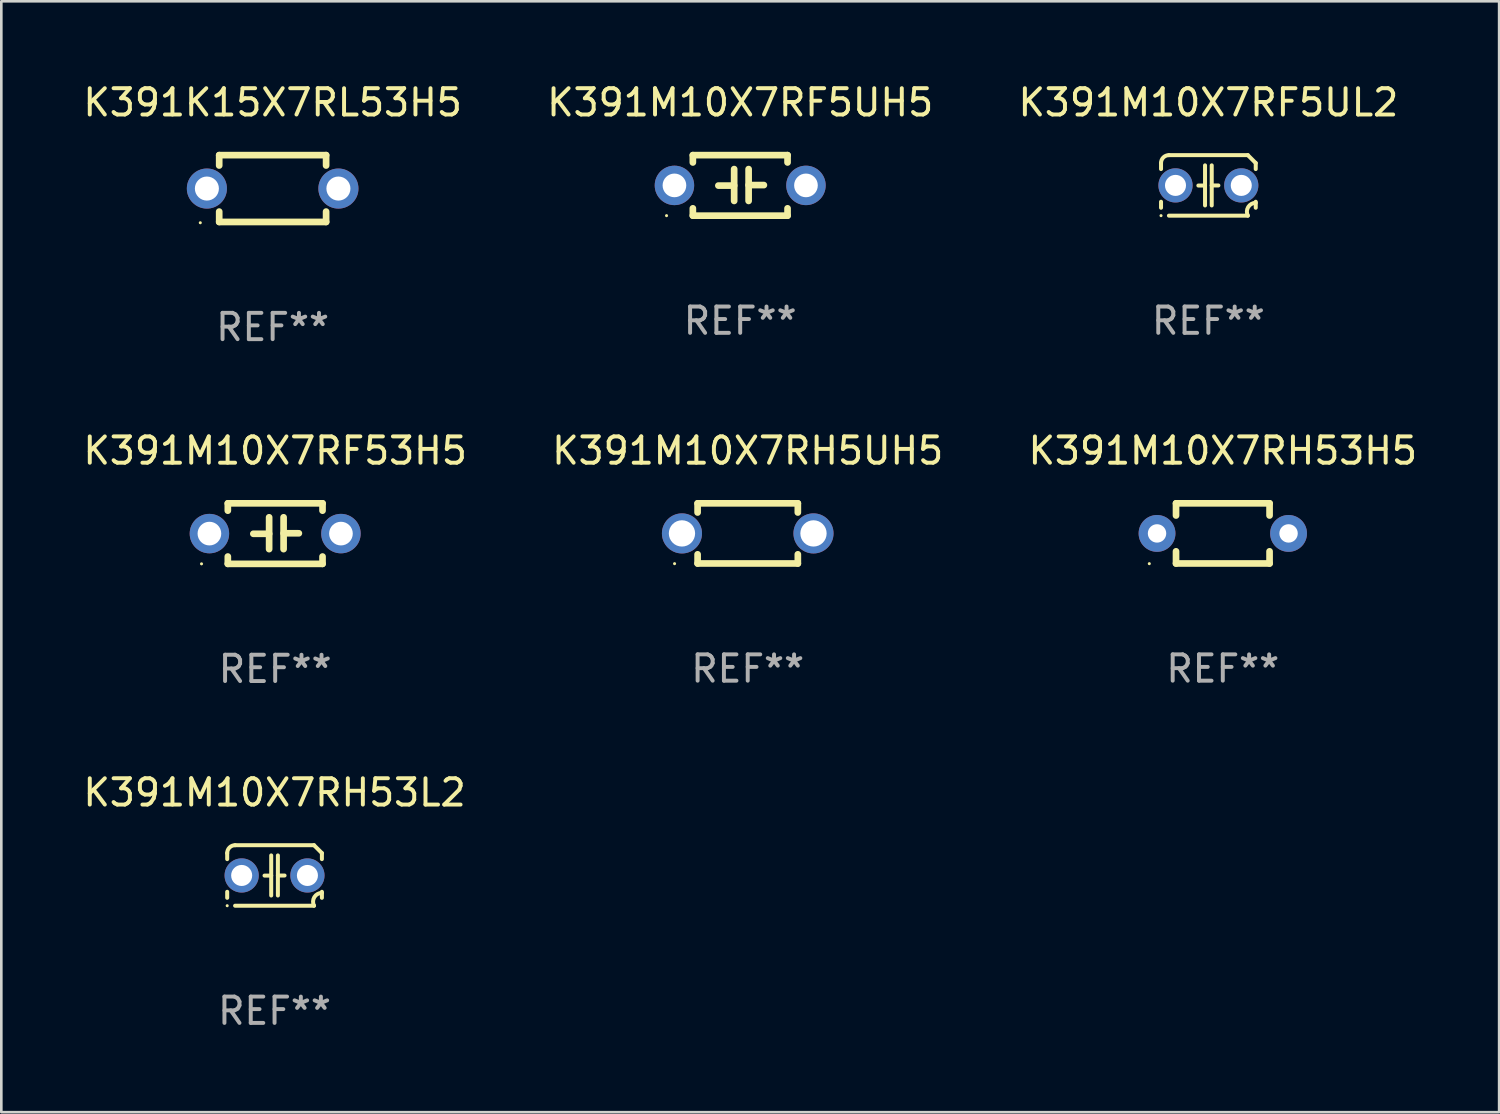
<source format=kicad_pcb>
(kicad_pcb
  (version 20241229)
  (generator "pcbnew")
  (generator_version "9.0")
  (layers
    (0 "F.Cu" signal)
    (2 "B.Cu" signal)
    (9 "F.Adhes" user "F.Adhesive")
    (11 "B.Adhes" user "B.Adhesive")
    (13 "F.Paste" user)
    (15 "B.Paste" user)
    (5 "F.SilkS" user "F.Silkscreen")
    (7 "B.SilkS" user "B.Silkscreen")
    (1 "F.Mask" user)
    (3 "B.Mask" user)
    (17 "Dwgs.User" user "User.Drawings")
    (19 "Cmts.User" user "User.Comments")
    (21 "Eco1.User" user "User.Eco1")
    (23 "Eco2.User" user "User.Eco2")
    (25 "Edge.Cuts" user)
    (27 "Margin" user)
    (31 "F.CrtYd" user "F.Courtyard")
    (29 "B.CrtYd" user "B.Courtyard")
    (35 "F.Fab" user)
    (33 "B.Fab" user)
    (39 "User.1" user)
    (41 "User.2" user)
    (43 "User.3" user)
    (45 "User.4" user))
  (footprint "K391M10X7RH53L2"
    (layer "F.Cu")
    (at 7.387 30.231)
    (property "Reference" "K391M10X7RH53L2" (at 0 -3.15 0) (layer "F.SilkS") (effects (font (size 1 1) (thickness 0.15))))
    (attr through_hole)
    (fp_line (start -1.8 -0.621) (end -1.8 -0.85) (stroke (width 0.152) (type solid)) (layer "F.SilkS"))
    (fp_line (start -1.8 0.85) (end -1.8 0.621) (stroke (width 0.152) (type solid)) (layer "F.SilkS"))
    (fp_line (start -1.5 -1.15) (end 1.5 -1.15) (stroke (width 0.152) (type solid)) (layer "F.SilkS"))
    (fp_line (start -0.127 -0.762) (end -0.127 0.762) (stroke (width 0.152) (type solid)) (layer "F.SilkS"))
    (fp_line (start -0.127 0.005) (end -0.381 0.005) (stroke (width 0.152) (type solid)) (layer "F.SilkS"))
    (fp_line (start 0.127 -0.762) (end 0.127 0.762) (stroke (width 0.152) (type solid)) (layer "F.SilkS"))
    (fp_line (start 0.127 0.002) (end 0.381 0.002) (stroke (width 0.152) (type solid)) (layer "F.SilkS"))
    (fp_line (start 1.5 1.15) (end -1.5 1.15) (stroke (width 0.152) (type solid)) (layer "F.SilkS"))
    (fp_line (start 1.8 -0.85) (end 1.8 -0.621) (stroke (width 0.152) (type solid)) (layer "F.SilkS"))
    (fp_line (start 1.8 0.621) (end 1.8 0.85) (stroke (width 0.152) (type solid)) (layer "F.SilkS"))
    (fp_arc (start -1.799975 -0.849987) (mid -1.712107 -1.062119) (end -1.499975 -1.149987) (stroke (width 0.151994) (type solid)) (layer "F.SilkS"))
    (fp_arc (start 1.499975 1.149987) (mid 1.513726 0.822359) (end 1.799975 0.662387) (stroke (width 0.151994) (type solid)) (layer "F.SilkS"))
    (fp_arc (start 1.500001 -1.149986) (mid 1.650015 -1.000001) (end 1.8 -0.849987) (stroke (width 0.151994) (type solid)) (layer "F.SilkS"))
    (fp_circle (center -1.8 1.15) (end -1.77 1.15) (stroke (width 0.06) (type solid)) (fill no) (layer "F.SilkS"))
    (fp_text user "REF**" (at 0 5.15 0) (layer "F.Fab") (effects (font (size 1 1) (thickness 0.15))))
    (pad "1" thru_hole circle (at -1.25 0) (size 1.3 1.3) (drill 0.8) (layers "*.Cu" "*.Mask"))
    (pad "2" thru_hole circle (at 1.25 0) (size 1.3 1.3) (drill 0.8) (layers "*.Cu" "*.Mask")))
  (footprint "K391M10X7RH5UH5"
    (layer "F.Cu")
    (at 25.375 17.228)
    (property "Reference" "K391M10X7RH5UH5" (at 0 -3.143 0) (layer "F.SilkS") (effects (font (size 1 1) (thickness 0.15))))
    (attr through_hole)
    (fp_line (start -1.905 -1.143) (end 1.905 -1.143) (stroke (width 0.254) (type solid)) (layer "F.SilkS"))
    (fp_line (start -1.905 -0.795) (end -1.905 -1.143) (stroke (width 0.254) (type solid)) (layer "F.SilkS"))
    (fp_line (start -1.905 1.143) (end -1.905 0.795) (stroke (width 0.254) (type solid)) (layer "F.SilkS"))
    (fp_line (start 1.905 -1.143) (end 1.905 -0.795) (stroke (width 0.254) (type solid)) (layer "F.SilkS"))
    (fp_line (start 1.905 0.795) (end 1.905 1.143) (stroke (width 0.254) (type solid)) (layer "F.SilkS"))
    (fp_line (start 1.905 1.143) (end -1.905 1.143) (stroke (width 0.254) (type solid)) (layer "F.SilkS"))
    (fp_circle (center -2.781 1.15) (end -2.751 1.15) (stroke (width 0.06) (type solid)) (fill no) (layer "F.SilkS"))
    (fp_text user "REF**" (at 0 5.143 0) (layer "F.Fab") (effects (font (size 1 1) (thickness 0.15))))
    (pad "1" thru_hole circle (at -2.5 0) (size 1.524 1.524) (drill 1) (layers "*.Cu" "*.Mask"))
    (pad "2" thru_hole circle (at 2.5 0) (size 1.524 1.524) (drill 1) (layers "*.Cu" "*.Mask")))
  (footprint "K391M10X7RF5UH5"
    (layer "F.Cu")
    (at 25.089 3.998)
    (property "Reference" "K391M10X7RF5UH5" (at 0 -3.15 0) (layer "F.SilkS") (effects (font (size 1 1) (thickness 0.15))))
    (attr through_hole)
    (fp_line (start -1.8 -1.15) (end -1.8 -0.872) (stroke (width 0.254) (type solid)) (layer "F.SilkS"))
    (fp_line (start -1.8 -1.15) (end 1.8 -1.15) (stroke (width 0.254) (type solid)) (layer "F.SilkS"))
    (fp_line (start -1.8 0.872) (end -1.8 1.15) (stroke (width 0.254) (type solid)) (layer "F.SilkS"))
    (fp_line (start -1.8 1.15) (end 1.8 1.15) (stroke (width 0.254) (type solid)) (layer "F.SilkS"))
    (fp_line (start -0.23 -0.62) (end -0.23 0.59) (stroke (width 0.254) (type solid)) (layer "F.SilkS"))
    (fp_line (start -0.23 0.007) (end -0.83 0.007) (stroke (width 0.254) (type solid)) (layer "F.SilkS"))
    (fp_line (start 0.32 -0.62) (end 0.32 0.59) (stroke (width 0.254) (type solid)) (layer "F.SilkS"))
    (fp_line (start 0.32 -0.012) (end 0.9 -0.012) (stroke (width 0.254) (type solid)) (layer "F.SilkS"))
    (fp_line (start 1.8 -1.15) (end 1.8 -0.872) (stroke (width 0.254) (type solid)) (layer "F.SilkS"))
    (fp_line (start 1.8 0.872) (end 1.8 1.15) (stroke (width 0.254) (type solid)) (layer "F.SilkS"))
    (fp_circle (center -2.8 1.15) (end -2.77 1.15) (stroke (width 0.06) (type solid)) (fill no) (layer "F.SilkS"))
    (fp_text user "REF**" (at 0 5.15 0) (layer "F.Fab") (effects (font (size 1 1) (thickness 0.15))))
    (pad "1" thru_hole circle (at -2.5 0) (size 1.5 1.5) (drill 0.9) (layers "*.Cu" "*.Mask"))
    (pad "2" thru_hole circle (at 2.5 0) (size 1.5 1.5) (drill 0.9) (layers "*.Cu" "*.Mask")))
  (footprint "K391K15X7RL53H5"
    (layer "F.Cu")
    (at 7.315 4.118)
    (property "Reference" "K391K15X7RL53H5" (at 0 -3.27 0) (layer "F.SilkS") (effects (font (size 1 1) (thickness 0.15))))
    (attr through_hole)
    (fp_line (start -2.032 -1.27) (end -2.032 -0.876) (stroke (width 0.254) (type solid)) (layer "F.SilkS"))
    (fp_line (start -2.032 0.876) (end -2.032 1.27) (stroke (width 0.254) (type solid)) (layer "F.SilkS"))
    (fp_line (start -2.032 1.27) (end 2.032 1.27) (stroke (width 0.254) (type solid)) (layer "F.SilkS"))
    (fp_line (start 2.032 -1.27) (end -2.032 -1.27) (stroke (width 0.254) (type solid)) (layer "F.SilkS"))
    (fp_line (start 2.032 -0.876) (end 2.032 -1.27) (stroke (width 0.254) (type solid)) (layer "F.SilkS"))
    (fp_line (start 2.032 1.27) (end 2.032 0.876) (stroke (width 0.254) (type solid)) (layer "F.SilkS"))
    (fp_circle (center -2.751 1.3) (end -2.721 1.3) (stroke (width 0.06) (type solid)) (fill no) (layer "F.SilkS"))
    (fp_text user "REF**" (at 0 5.27 0) (layer "F.Fab") (effects (font (size 1 1) (thickness 0.15))))
    (pad "1" thru_hole circle (at -2.5 0) (size 1.524 1.524) (drill 0.914) (layers "*.Cu" "*.Mask"))
    (pad "2" thru_hole circle (at 2.5 0) (size 1.524 1.524) (drill 0.914) (layers "*.Cu" "*.Mask")))
  (footprint "K391M10X7RF53H5"
    (layer "F.Cu")
    (at 7.411 17.235)
    (property "Reference" "K391M10X7RF53H5" (at 0 -3.15 0) (layer "F.SilkS") (effects (font (size 1 1) (thickness 0.15))))
    (attr through_hole)
    (fp_line (start -1.8 -1.15) (end -1.8 -0.872) (stroke (width 0.254) (type solid)) (layer "F.SilkS"))
    (fp_line (start -1.8 -1.15) (end 1.8 -1.15) (stroke (width 0.254) (type solid)) (layer "F.SilkS"))
    (fp_line (start -1.8 0.872) (end -1.8 1.15) (stroke (width 0.254) (type solid)) (layer "F.SilkS"))
    (fp_line (start -1.8 1.15) (end 1.8 1.15) (stroke (width 0.254) (type solid)) (layer "F.SilkS"))
    (fp_line (start -0.23 -0.62) (end -0.23 0.59) (stroke (width 0.254) (type solid)) (layer "F.SilkS"))
    (fp_line (start -0.23 0.007) (end -0.83 0.007) (stroke (width 0.254) (type solid)) (layer "F.SilkS"))
    (fp_line (start 0.32 -0.62) (end 0.32 0.59) (stroke (width 0.254) (type solid)) (layer "F.SilkS"))
    (fp_line (start 0.32 -0.012) (end 0.9 -0.012) (stroke (width 0.254) (type solid)) (layer "F.SilkS"))
    (fp_line (start 1.8 -1.15) (end 1.8 -0.872) (stroke (width 0.254) (type solid)) (layer "F.SilkS"))
    (fp_line (start 1.8 0.872) (end 1.8 1.15) (stroke (width 0.254) (type solid)) (layer "F.SilkS"))
    (fp_circle (center -2.8 1.15) (end -2.77 1.15) (stroke (width 0.06) (type solid)) (fill no) (layer "F.SilkS"))
    (fp_text user "REF**" (at 0 5.15 0) (layer "F.Fab") (effects (font (size 1 1) (thickness 0.15))))
    (pad "1" thru_hole circle (at -2.5 0) (size 1.5 1.5) (drill 0.9) (layers "*.Cu" "*.Mask"))
    (pad "2" thru_hole circle (at 2.5 0) (size 1.5 1.5) (drill 0.9) (layers "*.Cu" "*.Mask")))
  (footprint "K391M10X7RF5UL2"
    (layer "F.Cu")
    (at 42.887 3.998)
    (property "Reference" "K391M10X7RF5UL2" (at 0 -3.15 0) (layer "F.SilkS") (effects (font (size 1 1) (thickness 0.15))))
    (attr through_hole)
    (fp_line (start -1.8 -0.621) (end -1.8 -0.85) (stroke (width 0.152) (type solid)) (layer "F.SilkS"))
    (fp_line (start -1.8 0.85) (end -1.8 0.621) (stroke (width 0.152) (type solid)) (layer "F.SilkS"))
    (fp_line (start -1.5 -1.15) (end 1.5 -1.15) (stroke (width 0.152) (type solid)) (layer "F.SilkS"))
    (fp_line (start -0.127 -0.762) (end -0.127 0.762) (stroke (width 0.152) (type solid)) (layer "F.SilkS"))
    (fp_line (start -0.127 0.005) (end -0.381 0.005) (stroke (width 0.152) (type solid)) (layer "F.SilkS"))
    (fp_line (start 0.127 -0.762) (end 0.127 0.762) (stroke (width 0.152) (type solid)) (layer "F.SilkS"))
    (fp_line (start 0.127 0.002) (end 0.381 0.002) (stroke (width 0.152) (type solid)) (layer "F.SilkS"))
    (fp_line (start 1.5 1.15) (end -1.5 1.15) (stroke (width 0.152) (type solid)) (layer "F.SilkS"))
    (fp_line (start 1.8 -0.85) (end 1.8 -0.621) (stroke (width 0.152) (type solid)) (layer "F.SilkS"))
    (fp_line (start 1.8 0.621) (end 1.8 0.85) (stroke (width 0.152) (type solid)) (layer "F.SilkS"))
    (fp_arc (start -1.799975 -0.849987) (mid -1.712107 -1.062119) (end -1.499975 -1.149987) (stroke (width 0.151994) (type solid)) (layer "F.SilkS"))
    (fp_arc (start 1.499975 1.149987) (mid 1.513726 0.822359) (end 1.799975 0.662387) (stroke (width 0.151994) (type solid)) (layer "F.SilkS"))
    (fp_arc (start 1.500001 -1.149986) (mid 1.650015 -1.000001) (end 1.8 -0.849987) (stroke (width 0.151994) (type solid)) (layer "F.SilkS"))
    (fp_circle (center -1.8 1.15) (end -1.77 1.15) (stroke (width 0.06) (type solid)) (fill no) (layer "F.SilkS"))
    (fp_text user "REF**" (at 0 5.15 0) (layer "F.Fab") (effects (font (size 1 1) (thickness 0.15))))
    (pad "1" thru_hole circle (at -1.25 0) (size 1.3 1.3) (drill 0.8) (layers "*.Cu" "*.Mask"))
    (pad "2" thru_hole circle (at 1.25 0) (size 1.3 1.3) (drill 0.8) (layers "*.Cu" "*.Mask")))
  (footprint "K391M10X7RH53H5"
    (layer "F.Cu")
    (at 43.435 17.228)
    (property "Reference" "K391M10X7RH53H5" (at 0 -3.143 0) (layer "F.SilkS") (effects (font (size 1 1) (thickness 0.15))))
    (attr through_hole)
    (fp_line (start -1.778 -1.143) (end 1.778 -1.143) (stroke (width 0.254) (type solid)) (layer "F.SilkS"))
    (fp_line (start -1.778 -0.681) (end -1.778 -1.143) (stroke (width 0.254) (type solid)) (layer "F.SilkS"))
    (fp_line (start -1.778 1.143) (end -1.778 0.681) (stroke (width 0.254) (type solid)) (layer "F.SilkS"))
    (fp_line (start 1.778 -1.143) (end 1.778 -0.681) (stroke (width 0.254) (type solid)) (layer "F.SilkS"))
    (fp_line (start 1.778 0.681) (end 1.778 1.143) (stroke (width 0.254) (type solid)) (layer "F.SilkS"))
    (fp_line (start 1.778 1.143) (end -1.778 1.143) (stroke (width 0.254) (type solid)) (layer "F.SilkS"))
    (fp_circle (center -2.794 1.15) (end -2.764 1.15) (stroke (width 0.06) (type solid)) (fill no) (layer "F.SilkS"))
    (fp_text user "REF**" (at 0 5.143 0) (layer "F.Fab") (effects (font (size 1 1) (thickness 0.15))))
    (pad "1" thru_hole circle (at -2.5 0) (size 1.4 1.4) (drill 0.7) (layers "*.Cu" "*.Mask"))
    (pad "2" thru_hole circle (at 2.5 0) (size 1.4 1.4) (drill 0.7) (layers "*.Cu" "*.Mask")))
  (gr_rect
    (start -3 -3)
    (end 53.94 39.23)
    (stroke (width 0.1) (type default))
    (fill no)
    (layer "Edge.Cuts")))
</source>
